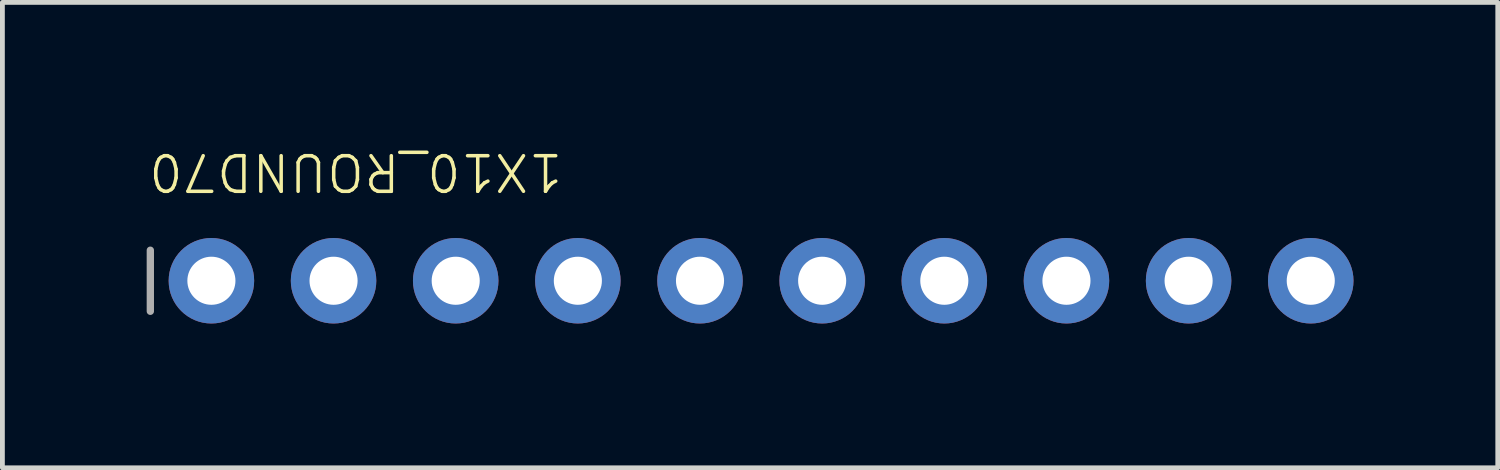
<source format=kicad_pcb>
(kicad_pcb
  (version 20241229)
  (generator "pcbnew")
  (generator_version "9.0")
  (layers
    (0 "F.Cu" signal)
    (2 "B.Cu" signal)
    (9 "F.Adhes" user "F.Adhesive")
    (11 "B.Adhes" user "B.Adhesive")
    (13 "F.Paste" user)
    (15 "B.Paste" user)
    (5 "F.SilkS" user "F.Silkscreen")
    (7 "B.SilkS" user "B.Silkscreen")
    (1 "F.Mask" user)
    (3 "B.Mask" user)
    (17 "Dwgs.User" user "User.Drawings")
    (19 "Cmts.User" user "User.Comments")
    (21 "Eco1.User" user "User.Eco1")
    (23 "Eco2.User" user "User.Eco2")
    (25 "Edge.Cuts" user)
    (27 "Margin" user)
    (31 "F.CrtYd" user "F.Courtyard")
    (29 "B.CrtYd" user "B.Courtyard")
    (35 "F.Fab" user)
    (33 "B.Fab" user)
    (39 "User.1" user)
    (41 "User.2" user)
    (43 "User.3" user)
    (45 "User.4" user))
  (footprint "1X10_ROUND70"
    (layer "F.Cu")
    (at 12.776 2.788)
    (property "Reference" "1X10_ROUND70" (at -12.776 -1.829 180) (unlocked yes) (layer "F.SilkS") (effects (font (size 0.74 0.74) (thickness 0.073)) (justify right top)))
    (fp_line (start -12.7 -0.635) (end -12.7 0.635) (stroke (width 0.152) (type solid)) (layer "F.Fab"))
    (fp_poly (pts (xy -11.684 0.254) (xy -11.176 0.254) (xy -11.176 -0.254) (xy -11.684 -0.254)) (stroke (width 0.1) (type default)) (fill no) (layer "F.Fab"))
    (fp_poly (pts (xy -9.144 0.254) (xy -8.636 0.254) (xy -8.636 -0.254) (xy -9.144 -0.254)) (stroke (width 0.1) (type default)) (fill no) (layer "F.Fab"))
    (fp_poly (pts (xy -6.604 0.254) (xy -6.096 0.254) (xy -6.096 -0.254) (xy -6.604 -0.254)) (stroke (width 0.1) (type default)) (fill no) (layer "F.Fab"))
    (fp_poly (pts (xy -4.064 0.254) (xy -3.556 0.254) (xy -3.556 -0.254) (xy -4.064 -0.254)) (stroke (width 0.1) (type default)) (fill no) (layer "F.Fab"))
    (fp_poly (pts (xy -1.524 0.254) (xy -1.016 0.254) (xy -1.016 -0.254) (xy -1.524 -0.254)) (stroke (width 0.1) (type default)) (fill no) (layer "F.Fab"))
    (fp_poly (pts (xy 1.016 0.254) (xy 1.524 0.254) (xy 1.524 -0.254) (xy 1.016 -0.254)) (stroke (width 0.1) (type default)) (fill no) (layer "F.Fab"))
    (fp_poly (pts (xy 3.556 0.254) (xy 4.064 0.254) (xy 4.064 -0.254) (xy 3.556 -0.254)) (stroke (width 0.1) (type default)) (fill no) (layer "F.Fab"))
    (fp_poly (pts (xy 6.096 0.254) (xy 6.604 0.254) (xy 6.604 -0.254) (xy 6.096 -0.254)) (stroke (width 0.1) (type default)) (fill no) (layer "F.Fab"))
    (fp_poly (pts (xy 8.636 0.254) (xy 9.144 0.254) (xy 9.144 -0.254) (xy 8.636 -0.254)) (stroke (width 0.1) (type default)) (fill no) (layer "F.Fab"))
    (fp_poly (pts (xy 11.176 0.254) (xy 11.684 0.254) (xy 11.684 -0.254) (xy 11.176 -0.254)) (stroke (width 0.1) (type default)) (fill no) (layer "F.Fab"))
    (pad "1" thru_hole circle (at -11.43 0 90) (size 1.778 1.778) (drill 1) (layers "*.Cu" "*.Mask"))
    (pad "2" thru_hole circle (at -8.89 0 90) (size 1.778 1.778) (drill 1) (layers "*.Cu" "*.Mask"))
    (pad "3" thru_hole circle (at -6.35 0 90) (size 1.778 1.778) (drill 1) (layers "*.Cu" "*.Mask"))
    (pad "4" thru_hole circle (at -3.81 0 90) (size 1.778 1.778) (drill 1) (layers "*.Cu" "*.Mask"))
    (pad "5" thru_hole circle (at -1.27 0 90) (size 1.778 1.778) (drill 1) (layers "*.Cu" "*.Mask"))
    (pad "6" thru_hole circle (at 1.27 0 90) (size 1.778 1.778) (drill 1) (layers "*.Cu" "*.Mask"))
    (pad "7" thru_hole circle (at 3.81 0 90) (size 1.778 1.778) (drill 1) (layers "*.Cu" "*.Mask"))
    (pad "8" thru_hole circle (at 6.35 0 90) (size 1.778 1.778) (drill 1) (layers "*.Cu" "*.Mask"))
    (pad "9" thru_hole circle (at 8.89 0 90) (size 1.778 1.778) (drill 1) (layers "*.Cu" "*.Mask"))
    (pad "10" thru_hole circle (at 11.43 0 90) (size 1.778 1.778) (drill 1) (layers "*.Cu" "*.Mask")))
  (gr_rect
    (start -3 -3)
    (end 28.095 6.677)
    (stroke (width 0.1) (type default))
    (fill no)
    (layer "Edge.Cuts")))
</source>
